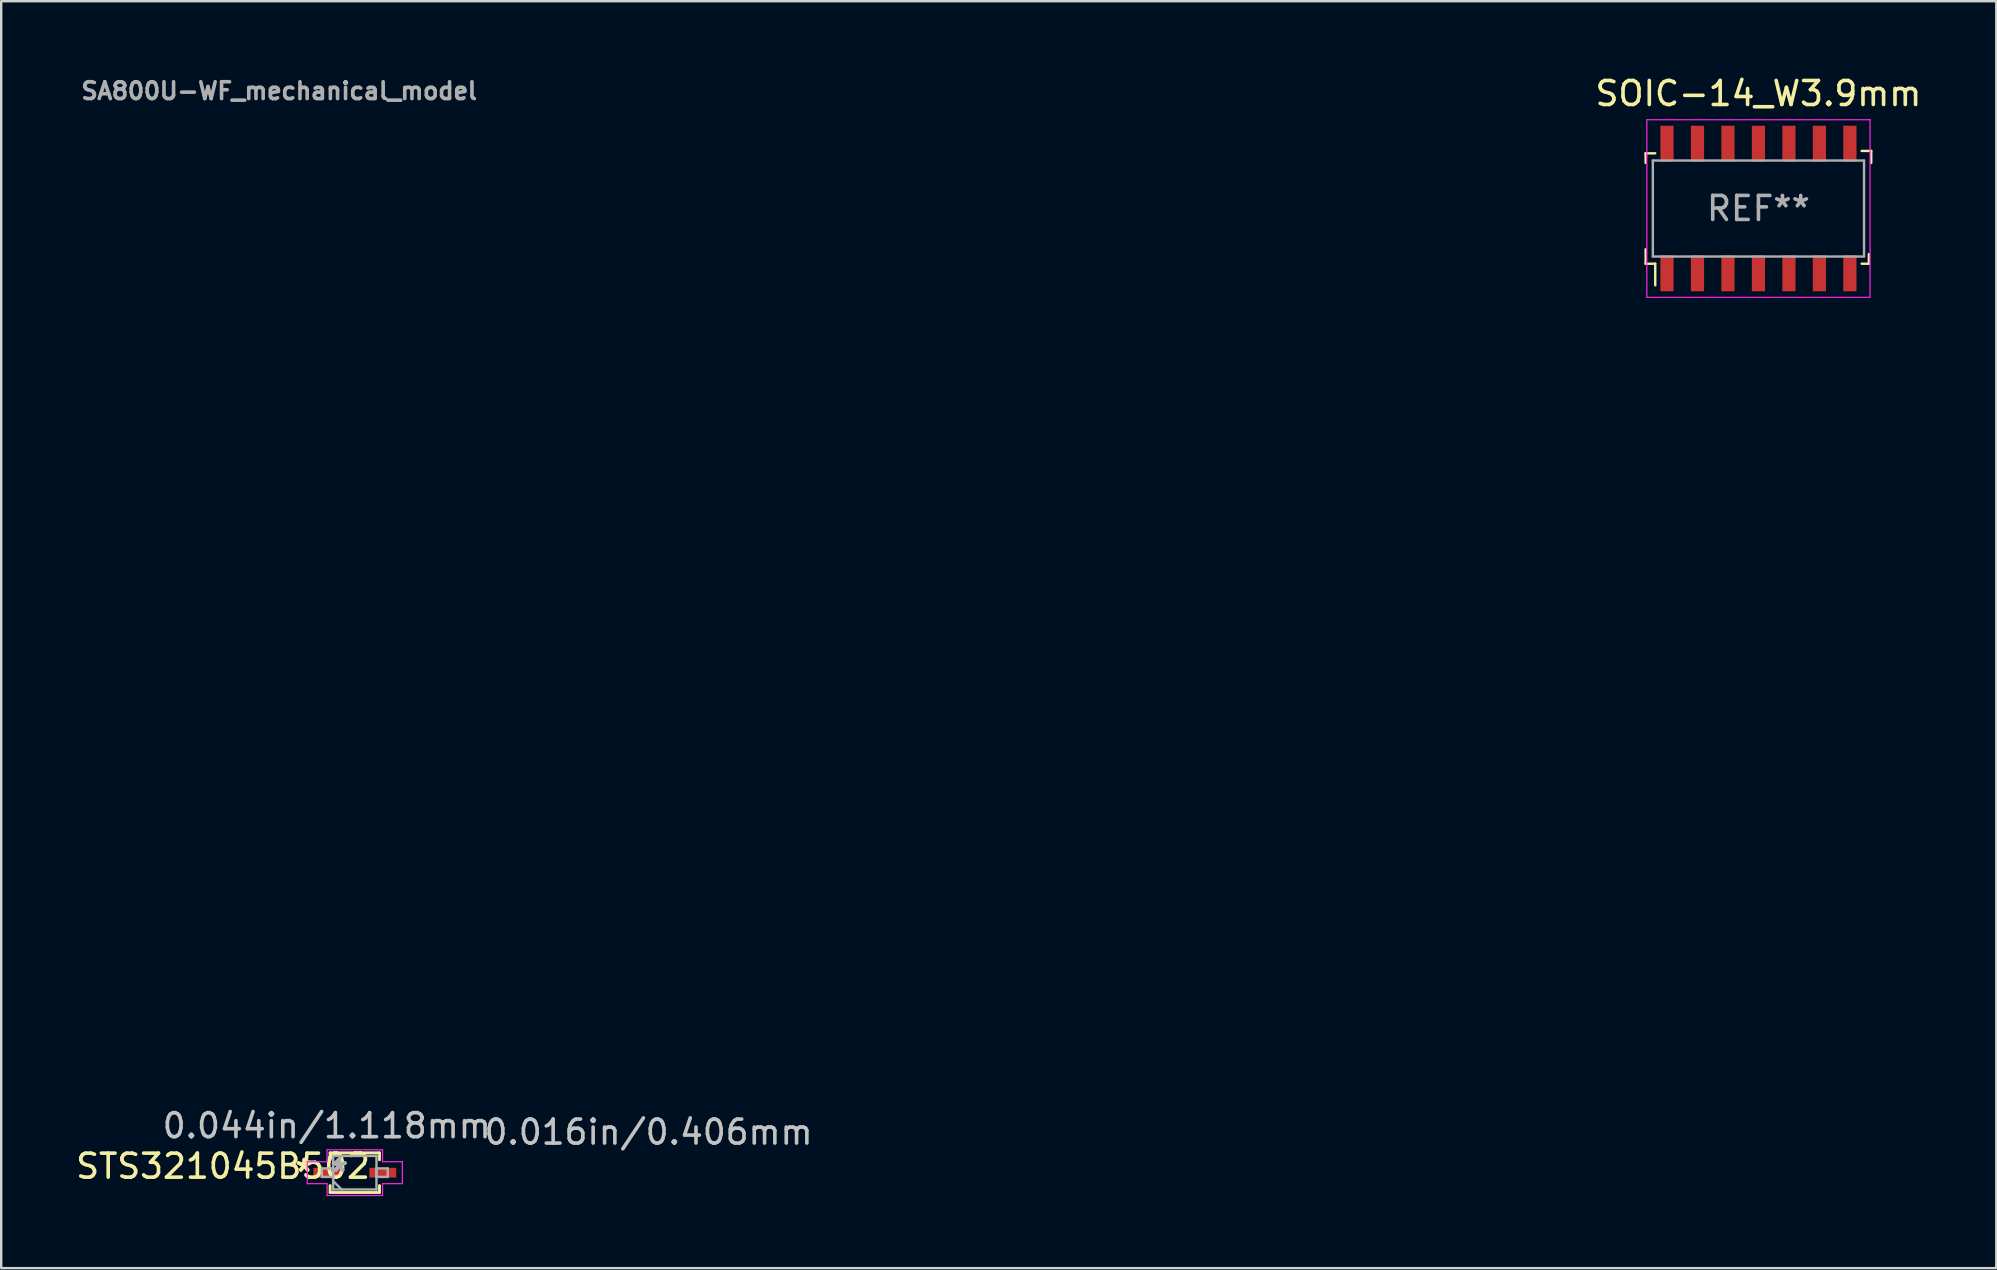
<source format=kicad_pcb>
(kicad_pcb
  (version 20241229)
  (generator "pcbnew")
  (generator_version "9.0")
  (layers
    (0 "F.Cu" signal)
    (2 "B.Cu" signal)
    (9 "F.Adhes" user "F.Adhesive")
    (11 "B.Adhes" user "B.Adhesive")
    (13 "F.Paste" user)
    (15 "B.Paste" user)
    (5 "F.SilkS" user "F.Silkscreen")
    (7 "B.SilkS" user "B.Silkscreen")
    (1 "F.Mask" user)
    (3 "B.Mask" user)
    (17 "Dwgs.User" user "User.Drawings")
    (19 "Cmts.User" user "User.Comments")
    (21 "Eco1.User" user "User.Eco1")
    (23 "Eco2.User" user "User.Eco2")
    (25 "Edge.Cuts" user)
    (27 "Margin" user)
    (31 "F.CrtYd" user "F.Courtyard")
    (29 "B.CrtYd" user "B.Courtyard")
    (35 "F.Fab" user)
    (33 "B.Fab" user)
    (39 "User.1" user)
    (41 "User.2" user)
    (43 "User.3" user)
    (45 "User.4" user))
  (footprint "SA800U-WF_mechanical_model"
    (layer "F.Cu")
    (at 0.25 2.95)
    (property "Reference" "SA800U-WF_mechanical_model" (at 0 -1.8 0) (layer "F.Fab") (effects (font (size 0.7 0.7) (thickness 0.15)) (justify left bottom)))
    (attr exclude_from_pos_files exclude_from_bom)
    (fp_line (start 0 0) (end 0 21.87) (stroke (width 0.12) (type solid)) (layer "Eco1.User"))
    (fp_line (start 0 0) (end 59.999 0) (stroke (width 0.12) (type solid)) (layer "Eco1.User"))
    (fp_line (start 0 25.069) (end 0 36.999) (stroke (width 0.12) (type solid)) (layer "Eco1.User"))
    (fp_line (start 0 36.999) (end 59.999 36.999) (stroke (width 0.12) (type solid)) (layer "Eco1.User"))
    (fp_line (start 1.159 21.87) (end 0 21.87) (stroke (width 0.12) (type solid)) (layer "Eco1.User"))
    (fp_line (start 1.159 25.069) (end 0 25.069) (stroke (width 0.12) (type solid)) (layer "Eco1.User"))
    (fp_line (start 59.999 0) (end 59.999 36.999) (stroke (width 0.12) (type solid)) (layer "Eco1.User"))
    (fp_arc (start -0.001 31.05) (mid 2.451 32.999) (end 0 34.949) (stroke (width 0.12) (type solid)) (layer "Eco1.User"))
    (fp_arc (start 1.148 21.87) (mid 2.759 23.464) (end 1.159 25.069) (stroke (width 0.12) (type solid)) (layer "Eco1.User")))
  (footprint "STS321045B502"
    (layer "F.Cu")
    (at 11.734 45.813)
    (property "Reference" "STS321045B502" (at -5.49 -0.27 0) (layer "F.SilkS") (effects (font (size 1 1) (thickness 0.15))))
    (attr through_hole)
    (fp_line (start -1.029 -0.826) (end -1.029 -0.536) (stroke (width 0.12) (type solid)) (layer "F.SilkS"))
    (fp_line (start -1.029 0.536) (end -1.029 0.826) (stroke (width 0.12) (type solid)) (layer "F.SilkS"))
    (fp_line (start -1.029 0.826) (end 1.029 0.826) (stroke (width 0.12) (type solid)) (layer "F.SilkS"))
    (fp_line (start 1.029 -0.826) (end -1.029 -0.826) (stroke (width 0.12) (type solid)) (layer "F.SilkS"))
    (fp_line (start 1.029 -0.536) (end 1.029 -0.826) (stroke (width 0.12) (type solid)) (layer "F.SilkS"))
    (fp_line (start 1.029 0.826) (end 1.029 0.536) (stroke (width 0.12) (type solid)) (layer "F.SilkS"))
    (fp_line (start -1.981 -0.457) (end -1.156 -0.457) (stroke (width 0.05) (type solid)) (layer "F.CrtYd"))
    (fp_line (start -1.981 0.457) (end -1.981 -0.457) (stroke (width 0.05) (type solid)) (layer "F.CrtYd"))
    (fp_line (start -1.156 -0.953) (end 1.156 -0.953) (stroke (width 0.05) (type solid)) (layer "F.CrtYd"))
    (fp_line (start -1.156 -0.457) (end -1.156 -0.953) (stroke (width 0.05) (type solid)) (layer "F.CrtYd"))
    (fp_line (start -1.156 0.457) (end -1.981 0.457) (stroke (width 0.05) (type solid)) (layer "F.CrtYd"))
    (fp_line (start -1.156 0.953) (end -1.156 0.457) (stroke (width 0.05) (type solid)) (layer "F.CrtYd"))
    (fp_line (start 1.156 -0.953) (end 1.156 -0.457) (stroke (width 0.05) (type solid)) (layer "F.CrtYd"))
    (fp_line (start 1.156 -0.457) (end 1.981 -0.457) (stroke (width 0.05) (type solid)) (layer "F.CrtYd"))
    (fp_line (start 1.156 0.457) (end 1.156 0.953) (stroke (width 0.05) (type solid)) (layer "F.CrtYd"))
    (fp_line (start 1.156 0.953) (end -1.156 0.953) (stroke (width 0.05) (type solid)) (layer "F.CrtYd"))
    (fp_line (start 1.981 -0.457) (end 1.981 0.457) (stroke (width 0.05) (type solid)) (layer "F.CrtYd"))
    (fp_line (start 1.981 0.457) (end 1.156 0.457) (stroke (width 0.05) (type solid)) (layer "F.CrtYd"))
    (fp_line (start -1.372 -0.178) (end -1.372 0.178) (stroke (width 0.1) (type solid)) (layer "F.Fab"))
    (fp_line (start -1.372 0.178) (end -0.902 0.178) (stroke (width 0.1) (type solid)) (layer "F.Fab"))
    (fp_line (start -0.902 -0.699) (end -0.902 0.699) (stroke (width 0.1) (type solid)) (layer "F.Fab"))
    (fp_line (start -0.902 -0.349) (end -0.552 -0.699) (stroke (width 0.1) (type solid)) (layer "F.Fab"))
    (fp_line (start -0.902 -0.178) (end -1.372 -0.178) (stroke (width 0.1) (type solid)) (layer "F.Fab"))
    (fp_line (start -0.902 0.178) (end -0.902 -0.178) (stroke (width 0.1) (type solid)) (layer "F.Fab"))
    (fp_line (start -0.902 0.349) (end -0.552 0.699) (stroke (width 0.1) (type solid)) (layer "F.Fab"))
    (fp_line (start -0.902 0.699) (end 0.902 0.699) (stroke (width 0.1) (type solid)) (layer "F.Fab"))
    (fp_line (start 0.902 -0.699) (end -0.902 -0.699) (stroke (width 0.1) (type solid)) (layer "F.Fab"))
    (fp_line (start 0.902 -0.178) (end 0.902 0.178) (stroke (width 0.1) (type solid)) (layer "F.Fab"))
    (fp_line (start 0.902 0.178) (end 1.372 0.178) (stroke (width 0.1) (type solid)) (layer "F.Fab"))
    (fp_line (start 0.902 0.699) (end 0.902 -0.699) (stroke (width 0.1) (type solid)) (layer "F.Fab"))
    (fp_line (start 1.372 -0.178) (end 0.902 -0.178) (stroke (width 0.1) (type solid)) (layer "F.Fab"))
    (fp_line (start 1.372 0.178) (end 1.372 -0.178) (stroke (width 0.1) (type solid)) (layer "F.Fab"))
    (fp_text user "*" (at -2.108 0 0) (layer "F.SilkS") (effects (font (size 1 1) (thickness 0.15))))
    (fp_text user "*" (at -2.108 0 0) (layer "F.SilkS") (effects (font (size 1 1) (thickness 0.15))))
    (fp_text user "0.044in/1.118mm" (at -1.168 -1.956 0) (layer "Dwgs.User") (effects (font (size 1 1) (thickness 0.15))))
    (fp_text user "0.016in/0.406mm" (at 12.24 -1.69 0) (layer "Dwgs.User") (effects (font (size 1 1) (thickness 0.15))))
    (fp_text user "Copyright 2021 Accelerated Designs. All rights reserved." (at 0 0 0) (layer "Cmts.User") (effects (font (size 0.127 0.127) (thickness 0.002))))
    (fp_text user "*" (at -0.648 0 0) (layer "F.Fab") (effects (font (size 1 1) (thickness 0.15))))
    (fp_text user "*" (at -0.648 0 0) (layer "F.Fab") (effects (font (size 1 1) (thickness 0.15))))
    (pad "1" smd rect (at -1.168 0) (size 1.118 0.406) (layers "F.Cu" "F.Mask" "F.Paste"))
    (pad "2" smd rect (at 1.168 0) (size 1.118 0.406) (layers "F.Cu" "F.Mask" "F.Paste")))
  (footprint "SOIC-14_W3.9mm"
    (layer "F.Cu")
    (at 70.22 5.638)
    (property "Reference" "SOIC-14_W3.9mm" (at 0 -4.79 0) (layer "F.SilkS") (effects (font (size 1 1) (thickness 0.15))))
    (attr smd)
    (fp_line (start -4.7 -2.3) (end -4.7 -1.9) (stroke (width 0.1) (type solid)) (layer "F.SilkS"))
    (fp_line (start -4.7 1.7) (end -4.7 2.3) (stroke (width 0.1) (type solid)) (layer "F.SilkS"))
    (fp_line (start -4.7 2.3) (end -4.3 2.3) (stroke (width 0.1) (type solid)) (layer "F.SilkS"))
    (fp_line (start -4.3 -2.3) (end -4.7 -2.3) (stroke (width 0.1) (type solid)) (layer "F.SilkS"))
    (fp_line (start -4.3 2.3) (end -4.3 3.2) (stroke (width 0.1) (type solid)) (layer "F.SilkS"))
    (fp_line (start 4.3 -2.4) (end 4.7 -2.4) (stroke (width 0.1) (type solid)) (layer "F.SilkS"))
    (fp_line (start 4.3 2.3) (end 4.6 2.3) (stroke (width 0.1) (type solid)) (layer "F.SilkS"))
    (fp_line (start 4.6 2.3) (end 4.6 1.9) (stroke (width 0.1) (type solid)) (layer "F.SilkS"))
    (fp_line (start 4.7 -2.4) (end 4.7 -1.9) (stroke (width 0.1) (type solid)) (layer "F.SilkS"))
    (fp_line (start -4.65 3.7) (end -4.65 -3.7) (stroke (width 0.05) (type solid)) (layer "F.CrtYd"))
    (fp_line (start -4.65 3.7) (end 4.65 3.7) (stroke (width 0.05) (type solid)) (layer "F.CrtYd"))
    (fp_line (start 4.65 -3.7) (end -4.65 -3.7) (stroke (width 0.05) (type solid)) (layer "F.CrtYd"))
    (fp_line (start 4.65 -3.7) (end 4.65 3.7) (stroke (width 0.05) (type solid)) (layer "F.CrtYd"))
    (fp_line (start -4.4 -2) (end -4.4 2) (stroke (width 0.1) (type solid)) (layer "F.Fab"))
    (fp_line (start -4.4 -2) (end 4.4 -2) (stroke (width 0.1) (type solid)) (layer "F.Fab"))
    (fp_line (start -4.4 2) (end 4.4 2) (stroke (width 0.1) (type solid)) (layer "F.Fab"))
    (fp_line (start 4.4 -2) (end 4.4 2) (stroke (width 0.1) (type solid)) (layer "F.Fab"))
    (fp_text user "REF**" (at 0 0 0) (layer "F.Fab") (effects (font (size 1 1) (thickness 0.15))))
    (pad "1" smd rect (at -3.81 2.7) (size 0.55 1.5) (layers "F.Cu" "F.Mask" "F.Paste"))
    (pad "2" smd rect (at -2.54 2.7) (size 0.55 1.5) (layers "F.Cu" "F.Mask" "F.Paste"))
    (pad "3" smd rect (at -1.27 2.7) (size 0.55 1.5) (layers "F.Cu" "F.Mask" "F.Paste"))
    (pad "4" smd rect (at 0 2.7) (size 0.55 1.5) (layers "F.Cu" "F.Mask" "F.Paste"))
    (pad "5" smd rect (at 1.27 2.7) (size 0.55 1.5) (layers "F.Cu" "F.Mask" "F.Paste"))
    (pad "6" smd rect (at 2.54 2.7) (size 0.55 1.5) (layers "F.Cu" "F.Mask" "F.Paste"))
    (pad "7" smd rect (at 3.81 2.7) (size 0.55 1.5) (layers "F.Cu" "F.Mask" "F.Paste"))
    (pad "8" smd rect (at 3.81 -2.7) (size 0.55 1.5) (layers "F.Cu" "F.Mask" "F.Paste"))
    (pad "9" smd rect (at 2.54 -2.7) (size 0.55 1.5) (layers "F.Cu" "F.Mask" "F.Paste"))
    (pad "10" smd rect (at 1.27 -2.7) (size 0.55 1.5) (layers "F.Cu" "F.Mask" "F.Paste"))
    (pad "11" smd rect (at 0 -2.7) (size 0.55 1.5) (layers "F.Cu" "F.Mask" "F.Paste"))
    (pad "12" smd rect (at -1.27 -2.7) (size 0.55 1.5) (layers "F.Cu" "F.Mask" "F.Paste"))
    (pad "13" smd rect (at -2.54 -2.7) (size 0.55 1.5) (layers "F.Cu" "F.Mask" "F.Paste"))
    (pad "14" smd rect (at -3.81 -2.7) (size 0.55 1.5) (layers "F.Cu" "F.Mask" "F.Paste")))
  (gr_rect
    (start -3 -3)
    (end 80.13 49.791)
    (stroke (width 0.1) (type default))
    (fill no)
    (layer "Edge.Cuts")))
</source>
